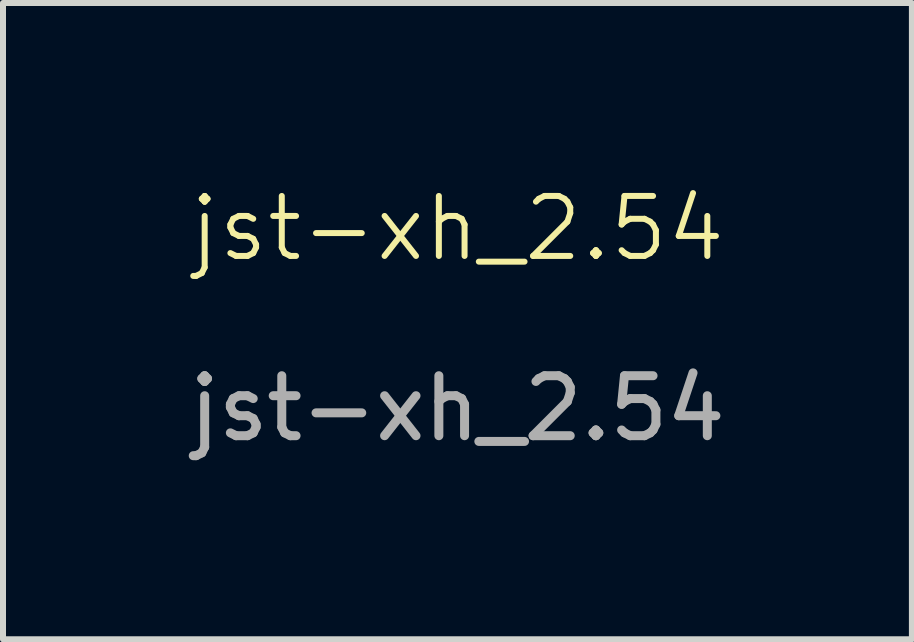
<source format=kicad_pcb>
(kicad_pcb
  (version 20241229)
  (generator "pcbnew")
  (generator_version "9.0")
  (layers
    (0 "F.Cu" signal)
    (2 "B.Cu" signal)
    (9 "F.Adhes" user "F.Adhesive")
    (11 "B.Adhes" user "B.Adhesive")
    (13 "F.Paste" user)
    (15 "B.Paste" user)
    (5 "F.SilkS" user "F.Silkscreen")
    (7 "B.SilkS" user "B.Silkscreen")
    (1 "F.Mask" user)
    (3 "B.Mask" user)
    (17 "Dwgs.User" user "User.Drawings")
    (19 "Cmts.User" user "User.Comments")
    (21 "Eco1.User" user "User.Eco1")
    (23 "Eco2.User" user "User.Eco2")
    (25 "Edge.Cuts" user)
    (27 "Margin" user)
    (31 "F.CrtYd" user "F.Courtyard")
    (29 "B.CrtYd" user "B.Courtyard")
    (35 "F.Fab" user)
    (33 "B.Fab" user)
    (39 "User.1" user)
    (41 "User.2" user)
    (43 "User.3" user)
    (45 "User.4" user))
  (footprint "jst-xh_2.54"
    (layer "F.Cu")
    (at 4.577 1.26)
    (property "Reference" "jst-xh_2.54" (at 0 -0.5 0) (unlocked yes) (layer "F.SilkS") (effects (font (size 1 1) (thickness 0.1))))
    (attr through_hole)
    (fp_text user "${REFERENCE}" (at 0 2.5 0) (unlocked yes) (layer "F.Fab") (effects (font (size 1 1) (thickness 0.15)))))
  (gr_rect
    (start -3 -3)
    (end 12.155 7.609)
    (stroke (width 0.1) (type default))
    (fill no)
    (layer "Edge.Cuts")))
</source>
